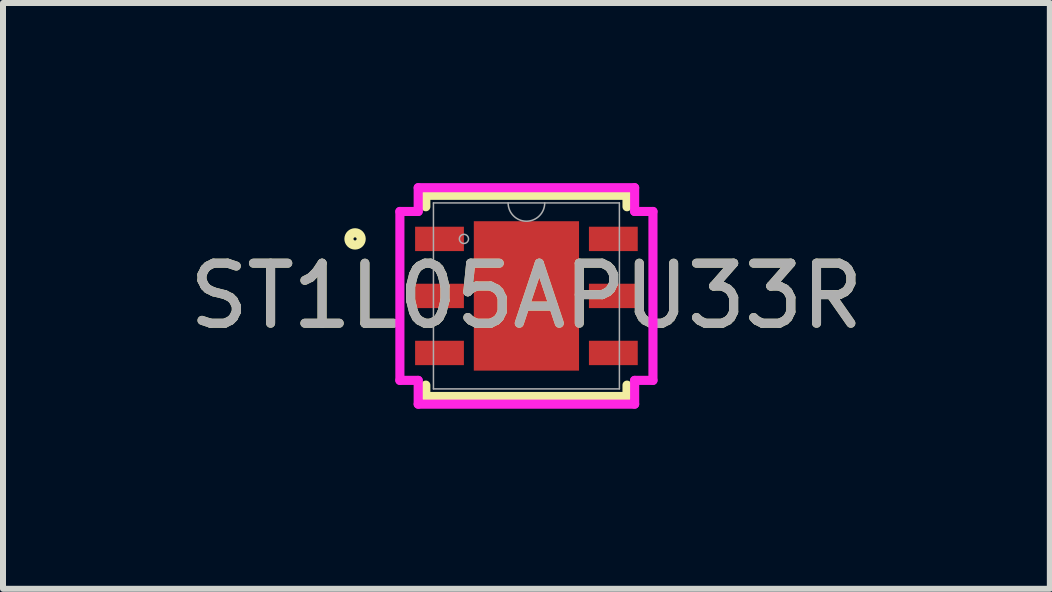
<source format=kicad_pcb>
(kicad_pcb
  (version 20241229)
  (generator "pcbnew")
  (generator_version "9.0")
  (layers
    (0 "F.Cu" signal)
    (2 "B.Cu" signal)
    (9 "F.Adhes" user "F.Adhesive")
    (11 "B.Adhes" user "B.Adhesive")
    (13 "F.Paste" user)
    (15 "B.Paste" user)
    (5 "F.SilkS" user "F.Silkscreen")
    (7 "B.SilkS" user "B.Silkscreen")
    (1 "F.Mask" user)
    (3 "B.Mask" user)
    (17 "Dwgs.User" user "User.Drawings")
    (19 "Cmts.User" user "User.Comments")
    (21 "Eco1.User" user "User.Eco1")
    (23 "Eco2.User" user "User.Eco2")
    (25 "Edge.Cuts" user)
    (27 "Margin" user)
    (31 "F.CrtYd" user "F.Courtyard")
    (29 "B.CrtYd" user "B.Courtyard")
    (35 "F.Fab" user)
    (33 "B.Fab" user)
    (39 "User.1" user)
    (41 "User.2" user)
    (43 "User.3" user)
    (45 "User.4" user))
  (footprint "ST1L05APU33R"
    (layer "F.Cu")
    (at 5.72 1.88)
    (property "Reference" "ST1L05APU33R" (at 0 0 0) (unlocked yes) (layer "F.SilkS") (effects (font (size 1 1) (thickness 0.15))))
    (attr smd)
    (fp_line (start -1.676 -1.676) (end -1.676 -1.486) (stroke (width 0.152) (type solid)) (layer "F.SilkS"))
    (fp_line (start -1.676 1.486) (end -1.676 1.676) (stroke (width 0.152) (type solid)) (layer "F.SilkS"))
    (fp_line (start -1.676 1.676) (end 1.676 1.676) (stroke (width 0.152) (type solid)) (layer "F.SilkS"))
    (fp_line (start 1.676 -1.676) (end -1.676 -1.676) (stroke (width 0.152) (type solid)) (layer "F.SilkS"))
    (fp_line (start 1.676 -1.486) (end 1.676 -1.676) (stroke (width 0.152) (type solid)) (layer "F.SilkS"))
    (fp_line (start 1.676 1.676) (end 1.676 1.486) (stroke (width 0.152) (type solid)) (layer "F.SilkS"))
    (fp_circle (center -2.855 -0.95) (end -2.753 -0.95) (stroke (width 0.152) (type solid)) (fill no) (layer "F.SilkS"))
    (fp_line (start -2.108 -1.407) (end -1.803 -1.407) (stroke (width 0.152) (type solid)) (layer "F.CrtYd"))
    (fp_line (start -2.108 1.407) (end -2.108 -1.407) (stroke (width 0.152) (type solid)) (layer "F.CrtYd"))
    (fp_line (start -2.108 1.407) (end -1.803 1.407) (stroke (width 0.152) (type solid)) (layer "F.CrtYd"))
    (fp_line (start -1.803 -1.803) (end 1.803 -1.803) (stroke (width 0.152) (type solid)) (layer "F.CrtYd"))
    (fp_line (start -1.803 -1.407) (end -1.803 -1.803) (stroke (width 0.152) (type solid)) (layer "F.CrtYd"))
    (fp_line (start -1.803 1.803) (end -1.803 1.407) (stroke (width 0.152) (type solid)) (layer "F.CrtYd"))
    (fp_line (start 1.803 -1.803) (end 1.803 -1.407) (stroke (width 0.152) (type solid)) (layer "F.CrtYd"))
    (fp_line (start 1.803 1.407) (end 1.803 1.803) (stroke (width 0.152) (type solid)) (layer "F.CrtYd"))
    (fp_line (start 1.803 1.803) (end -1.803 1.803) (stroke (width 0.152) (type solid)) (layer "F.CrtYd"))
    (fp_line (start 2.108 -1.407) (end 1.803 -1.407) (stroke (width 0.152) (type solid)) (layer "F.CrtYd"))
    (fp_line (start 2.108 -1.407) (end 2.108 1.407) (stroke (width 0.152) (type solid)) (layer "F.CrtYd"))
    (fp_line (start 2.108 1.407) (end 1.803 1.407) (stroke (width 0.152) (type solid)) (layer "F.CrtYd"))
    (fp_line (start -1.549 -1.549) (end -1.549 1.549) (stroke (width 0.025) (type solid)) (layer "F.Fab"))
    (fp_line (start -1.549 1.549) (end 1.549 1.549) (stroke (width 0.025) (type solid)) (layer "F.Fab"))
    (fp_line (start 1.549 -1.549) (end -1.549 -1.549) (stroke (width 0.025) (type solid)) (layer "F.Fab"))
    (fp_line (start 1.549 1.549) (end 1.549 -1.549) (stroke (width 0.025) (type solid)) (layer "F.Fab"))
    (fp_arc (start 0.3048 -1.5494) (mid 0 -1.2446) (end -0.3048 -1.5494) (stroke (width 0.0254) (type solid)) (layer "F.Fab"))
    (fp_circle (center -1.041 -0.95) (end -0.965 -0.95) (stroke (width 0.025) (type solid)) (fill no) (layer "F.Fab"))
    (fp_text user "${REFERENCE}" (at 0 0 0) (unlocked yes) (layer "F.Fab") (effects (font (size 1 1) (thickness 0.15))))
    (pad "1" smd rect (at -1.448 -0.95) (size 0.813 0.406) (layers "F.Cu" "F.Mask" "F.Paste"))
    (pad "2" smd rect (at -1.448 0) (size 0.813 0.406) (layers "F.Cu" "F.Mask" "F.Paste"))
    (pad "3" smd rect (at -1.448 0.95) (size 0.813 0.406) (layers "F.Cu" "F.Mask" "F.Paste"))
    (pad "4" smd rect (at 1.448 0.95) (size 0.813 0.406) (layers "F.Cu" "F.Mask" "F.Paste"))
    (pad "5" smd rect (at 1.448 0) (size 0.813 0.406) (layers "F.Cu" "F.Mask" "F.Paste"))
    (pad "6" smd rect (at 1.448 -0.95) (size 0.813 0.406) (layers "F.Cu" "F.Mask" "F.Paste"))
    (pad "7" smd rect (at 0 0) (size 1.753 2.489) (layers "F.Cu" "F.Mask" "F.Paste")))
  (gr_rect
    (start -3 -3)
    (end 14.44 6.759)
    (stroke (width 0.1) (type default))
    (fill no)
    (layer "Edge.Cuts")))
</source>
